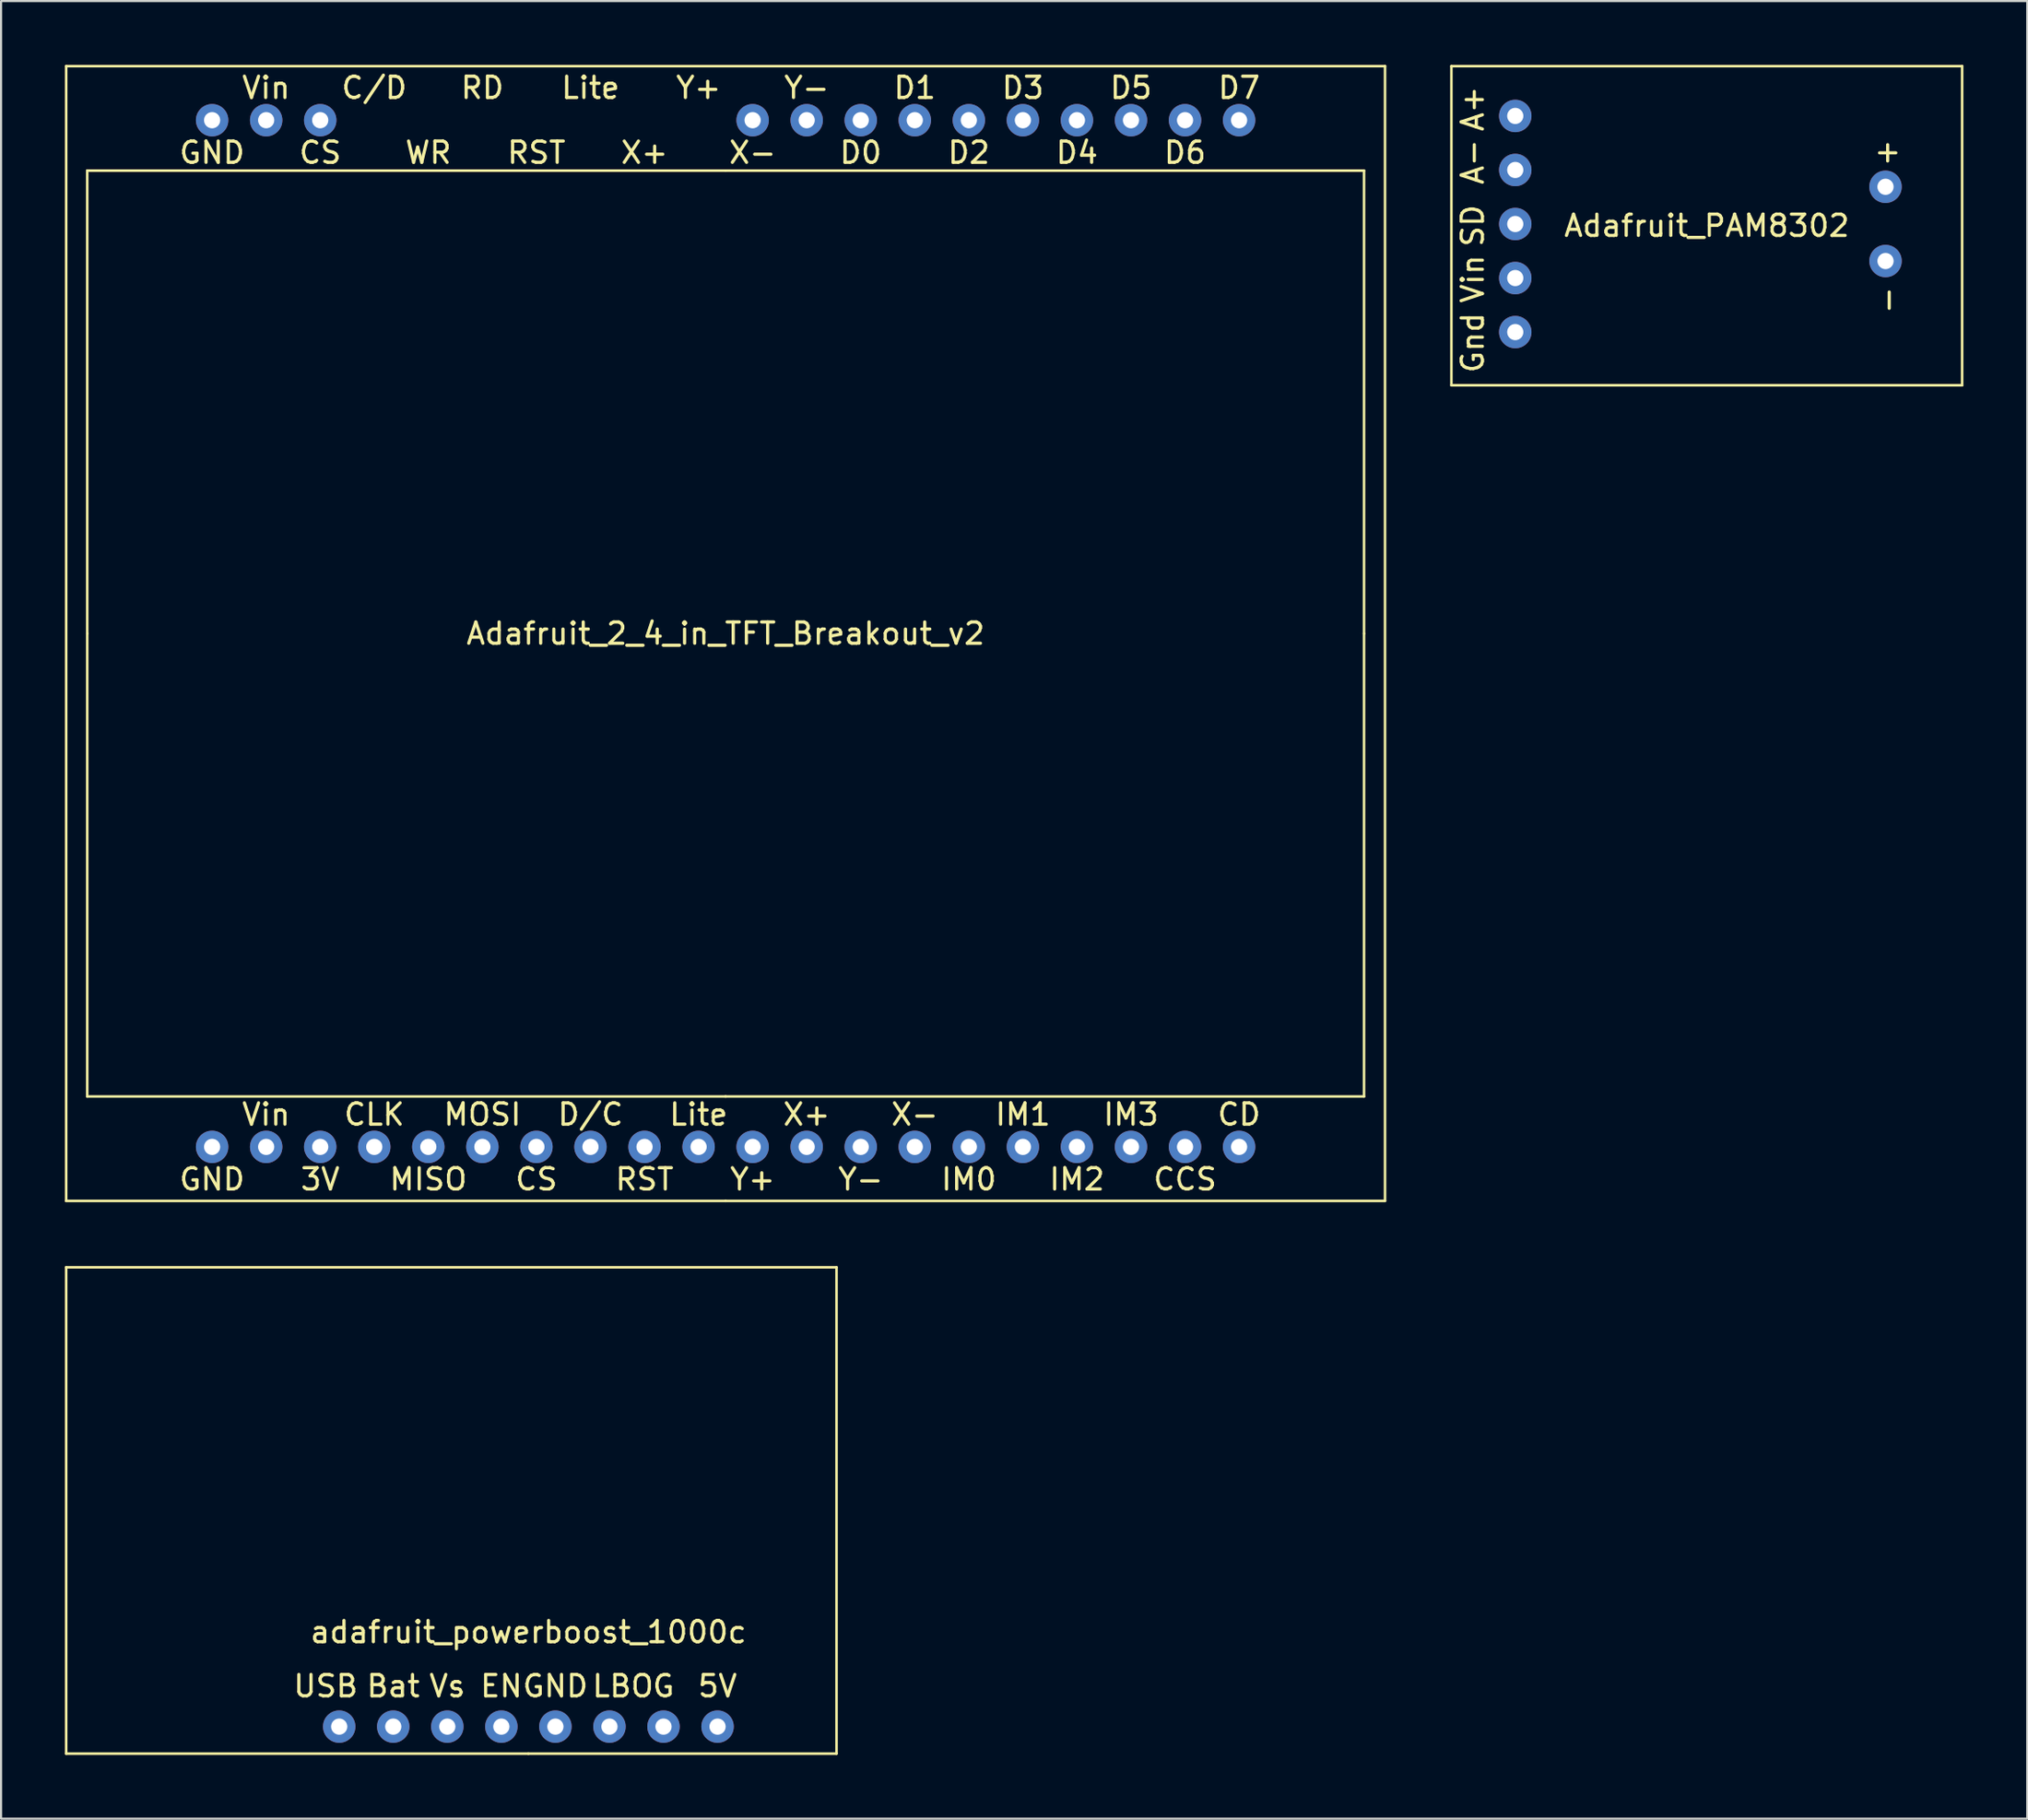
<source format=kicad_pcb>
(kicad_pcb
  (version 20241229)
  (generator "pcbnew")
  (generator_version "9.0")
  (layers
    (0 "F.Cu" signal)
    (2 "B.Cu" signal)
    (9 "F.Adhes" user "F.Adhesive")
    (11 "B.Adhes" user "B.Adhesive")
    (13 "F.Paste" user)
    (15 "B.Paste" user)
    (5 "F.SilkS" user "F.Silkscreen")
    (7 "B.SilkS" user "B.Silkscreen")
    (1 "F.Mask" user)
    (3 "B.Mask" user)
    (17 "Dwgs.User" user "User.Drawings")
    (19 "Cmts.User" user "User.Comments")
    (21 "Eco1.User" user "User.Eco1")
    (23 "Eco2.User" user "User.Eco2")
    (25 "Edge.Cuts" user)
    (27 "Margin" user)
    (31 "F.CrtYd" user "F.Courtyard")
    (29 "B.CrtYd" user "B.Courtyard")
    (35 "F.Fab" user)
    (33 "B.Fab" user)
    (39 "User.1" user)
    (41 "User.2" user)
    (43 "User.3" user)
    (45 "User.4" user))
  (footprint "adafruit_powerboost_1000c"
    (layer "F.Cu")
    (at 21.78 78.11)
    (property "Reference" "adafruit_powerboost_1000c" (at 0 -4.445 0) (layer "F.SilkS") (effects (font (size 1 1) (thickness 0.15))))
    (attr through_hole)
    (fp_line (start -21.72 -21.59) (end 14.48 -21.59) (stroke (width 0.12) (type solid)) (layer "F.SilkS"))
    (fp_line (start -21.72 1.27) (end -21.72 -21.59) (stroke (width 0.12) (type solid)) (layer "F.SilkS"))
    (fp_line (start 0 1.27) (end -21.72 1.27) (stroke (width 0.12) (type solid)) (layer "F.SilkS"))
    (fp_line (start 14.48 -21.59) (end 14.48 1.27) (stroke (width 0.12) (type solid)) (layer "F.SilkS"))
    (fp_line (start 14.48 1.27) (end 0 1.27) (stroke (width 0.12) (type solid)) (layer "F.SilkS"))
    (fp_text user "EN" (at -1.27 -1.905 0) (layer "F.SilkS") (effects (font (size 1 1) (thickness 0.15))))
    (fp_text user "G" (at 6.35 -1.905 0) (layer "F.SilkS") (effects (font (size 1 1) (thickness 0.15))))
    (fp_text user "5V" (at 8.89 -1.905 0) (layer "F.SilkS") (effects (font (size 1 1) (thickness 0.15))))
    (fp_text user "LBO" (at 4.445 -1.905 0) (layer "F.SilkS") (effects (font (size 1 1) (thickness 0.15))))
    (fp_text user "Bat" (at -6.35 -1.905 0) (layer "F.SilkS") (effects (font (size 1 1) (thickness 0.15))))
    (fp_text user "GND" (at 1.27 -1.905 0) (layer "F.SilkS") (effects (font (size 1 1) (thickness 0.15))))
    (fp_text user "Vs" (at -3.81 -1.905 0) (layer "F.SilkS") (effects (font (size 1 1) (thickness 0.15))))
    (fp_text user "USB" (at -9.525 -1.905 0) (layer "F.SilkS") (effects (font (size 1 1) (thickness 0.15))))
    (pad "1" thru_hole circle (at -8.89 0) (size 1.524 1.524) (drill 0.762) (layers "*.Cu" "*.Mask"))
    (pad "2" thru_hole circle (at -6.35 0) (size 1.524 1.524) (drill 0.762) (layers "*.Cu" "*.Mask"))
    (pad "3" thru_hole circle (at -3.81 0) (size 1.524 1.524) (drill 0.762) (layers "*.Cu" "*.Mask"))
    (pad "4" thru_hole circle (at -1.27 0) (size 1.524 1.524) (drill 0.762) (layers "*.Cu" "*.Mask"))
    (pad "5" thru_hole circle (at 1.27 0) (size 1.524 1.524) (drill 0.762) (layers "*.Cu" "*.Mask"))
    (pad "6" thru_hole circle (at 3.81 0) (size 1.524 1.524) (drill 0.762) (layers "*.Cu" "*.Mask"))
    (pad "7" thru_hole circle (at 6.35 0) (size 1.524 1.524) (drill 0.762) (layers "*.Cu" "*.Mask"))
    (pad "8" thru_hole circle (at 8.89 0) (size 1.524 1.524) (drill 0.762) (layers "*.Cu" "*.Mask")))
  (footprint "Adafruit_PAM8302"
    (layer "F.Cu")
    (at 77.156 7.56)
    (property "Reference" "Adafruit_PAM8302" (at 0 0 0) (layer "F.SilkS") (effects (font (size 1 1) (thickness 0.15))))
    (attr through_hole)
    (fp_line (start -12 -7.5) (end 12 -7.5) (stroke (width 0.12) (type solid)) (layer "F.SilkS"))
    (fp_line (start -12 7.5) (end -12 -7.5) (stroke (width 0.12) (type solid)) (layer "F.SilkS"))
    (fp_line (start 12 -7.5) (end 12 7.5) (stroke (width 0.12) (type solid)) (layer "F.SilkS"))
    (fp_line (start 12 7.5) (end -12 7.5) (stroke (width 0.12) (type solid)) (layer "F.SilkS"))
    (fp_text user "A-" (at -11 -3 90) (layer "F.SilkS") (effects (font (size 1 1) (thickness 0.15))))
    (fp_text user "SD" (at -11 0 270) (layer "F.SilkS") (effects (font (size 1 1) (thickness 0.15))))
    (fp_text user "A+" (at -11 -5.5 90) (layer "F.SilkS") (effects (font (size 1 1) (thickness 0.15))))
    (fp_text user "Gnd" (at -11 5.5 90) (layer "F.SilkS") (effects (font (size 1 1) (thickness 0.15))))
    (fp_text user "-" (at 8.5 3.5 90) (layer "F.SilkS") (effects (font (size 1 1) (thickness 0.15))))
    (fp_text user "Vin" (at -11 2.5 90) (layer "F.SilkS") (effects (font (size 1 1) (thickness 0.15))))
    (fp_text user "+" (at 8.5 -3.5 0) (layer "F.SilkS") (effects (font (size 1 1) (thickness 0.15))))
    (pad "1" thru_hole circle (at -9 5) (size 1.524 1.524) (drill 0.762) (layers "*.Cu" "*.Mask"))
    (pad "2" thru_hole circle (at -9 2.46) (size 1.524 1.524) (drill 0.762) (layers "*.Cu" "*.Mask"))
    (pad "3" thru_hole circle (at -9 -0.08) (size 1.524 1.524) (drill 0.762) (layers "*.Cu" "*.Mask"))
    (pad "4" thru_hole circle (at -9 -2.62) (size 1.524 1.524) (drill 0.762) (layers "*.Cu" "*.Mask"))
    (pad "5" thru_hole circle (at -9 -5.16) (size 1.524 1.524) (drill 0.762) (layers "*.Cu" "*.Mask"))
    (pad "6" thru_hole circle (at 8.399 -1.83) (size 1.524 1.524) (drill 0.762) (layers "*.Cu" "*.Mask"))
    (pad "7" thru_hole circle (at 8.4 1.66) (size 1.524 1.524) (drill 0.762) (layers "*.Cu" "*.Mask")))
  (footprint "Adafruit_2_4_in_TFT_Breakout_v2"
    (layer "F.Cu")
    (at 31.048 26.73)
    (property "Reference" "Adafruit_2_4_in_TFT_Breakout_v2" (at 0 0 0) (layer "F.SilkS") (effects (font (size 1 1) (thickness 0.15))))
    (attr through_hole)
    (fp_line (start -30.988 -26.67) (end 30.988 -26.67) (stroke (width 0.12) (type solid)) (layer "F.SilkS"))
    (fp_line (start -30.988 26.67) (end -30.988 -26.67) (stroke (width 0.12) (type solid)) (layer "F.SilkS"))
    (fp_line (start -30 -21.76) (end 0 -21.76) (stroke (width 0.12) (type solid)) (layer "F.SilkS"))
    (fp_line (start -30 0) (end -30 -21.76) (stroke (width 0.12) (type solid)) (layer "F.SilkS"))
    (fp_line (start -30 21.76) (end -30 0) (stroke (width 0.12) (type solid)) (layer "F.SilkS"))
    (fp_line (start -30 21.76) (end 0 21.76) (stroke (width 0.12) (type solid)) (layer "F.SilkS"))
    (fp_line (start 0 -21.76) (end 30 -21.76) (stroke (width 0.12) (type solid)) (layer "F.SilkS"))
    (fp_line (start 0 21.76) (end 30 21.76) (stroke (width 0.12) (type solid)) (layer "F.SilkS"))
    (fp_line (start 0 26.67) (end -30.988 26.67) (stroke (width 0.12) (type solid)) (layer "F.SilkS"))
    (fp_line (start 30 0) (end 30 -21.76) (stroke (width 0.12) (type solid)) (layer "F.SilkS"))
    (fp_line (start 30 21.76) (end 30 0) (stroke (width 0.12) (type solid)) (layer "F.SilkS"))
    (fp_line (start 30.988 26.67) (end 0 26.67) (stroke (width 0.12) (type solid)) (layer "F.SilkS"))
    (fp_line (start 30.988 26.67) (end 30.988 -26.67) (stroke (width 0.12) (type solid)) (layer "F.SilkS"))
    (fp_text user "Y+" (at -1.27 -25.654 0) (layer "F.SilkS") (effects (font (size 1 1) (thickness 0.15))))
    (fp_text user "D3" (at 13.97 -25.654 0) (layer "F.SilkS") (effects (font (size 1 1) (thickness 0.15))))
    (fp_text user "D4" (at 16.51 -22.606 0) (layer "F.SilkS") (effects (font (size 1 1) (thickness 0.15))))
    (fp_text user "Lite" (at -6.35 -25.654 0) (layer "F.SilkS") (effects (font (size 1 1) (thickness 0.15))))
    (fp_text user "CS" (at -8.89 25.654 0) (layer "F.SilkS") (effects (font (size 1 1) (thickness 0.15))))
    (fp_text user "CD" (at 24.13 22.606 0) (layer "F.SilkS") (effects (font (size 1 1) (thickness 0.15))))
    (fp_text user "IM3" (at 19.05 22.606 0) (layer "F.SilkS") (effects (font (size 1 1) (thickness 0.15))))
    (fp_text user "C/D" (at -16.51 -25.654 0) (layer "F.SilkS") (effects (font (size 1 1) (thickness 0.15))))
    (fp_text user "MOSI" (at -11.43 22.606 0) (layer "F.SilkS") (effects (font (size 1 1) (thickness 0.15))))
    (fp_text user "RST" (at -8.89 -22.606 0) (layer "F.SilkS") (effects (font (size 1 1) (thickness 0.15))))
    (fp_text user "D5" (at 19.05 -25.654 0) (layer "F.SilkS") (effects (font (size 1 1) (thickness 0.15))))
    (fp_text user "X-" (at 1.27 -22.606 0) (layer "F.SilkS") (effects (font (size 1 1) (thickness 0.15))))
    (fp_text user "Vin" (at -21.59 -25.654 0) (layer "F.SilkS") (effects (font (size 1 1) (thickness 0.15))))
    (fp_text user "IM0" (at 11.43 25.654 0) (layer "F.SilkS") (effects (font (size 1 1) (thickness 0.15))))
    (fp_text user "D2" (at 11.43 -22.606 0) (layer "F.SilkS") (effects (font (size 1 1) (thickness 0.15))))
    (fp_text user "D/C" (at -6.35 22.606 0) (layer "F.SilkS") (effects (font (size 1 1) (thickness 0.15))))
    (fp_text user "IM2" (at 16.51 25.654 0) (layer "F.SilkS") (effects (font (size 1 1) (thickness 0.15))))
    (fp_text user "X-" (at 8.89 22.606 0) (layer "F.SilkS") (effects (font (size 1 1) (thickness 0.15))))
    (fp_text user "Y-" (at 6.35 25.654 0) (layer "F.SilkS") (effects (font (size 1 1) (thickness 0.15))))
    (fp_text user "X+" (at -3.81 -22.606 0) (layer "F.SilkS") (effects (font (size 1 1) (thickness 0.15))))
    (fp_text user "GND" (at -24.13 25.654 0) (layer "F.SilkS") (effects (font (size 1 1) (thickness 0.15))))
    (fp_text user "X+" (at 3.81 22.606 0) (layer "F.SilkS") (effects (font (size 1 1) (thickness 0.15))))
    (fp_text user "CS" (at -19.05 -22.606 0) (layer "F.SilkS") (effects (font (size 1 1) (thickness 0.15))))
    (fp_text user "RD" (at -11.43 -25.654 0) (layer "F.SilkS") (effects (font (size 1 1) (thickness 0.15))))
    (fp_text user "D6" (at 21.59 -22.606 0) (layer "F.SilkS") (effects (font (size 1 1) (thickness 0.15))))
    (fp_text user "D0" (at 6.35 -22.606 0) (layer "F.SilkS") (effects (font (size 1 1) (thickness 0.15))))
    (fp_text user "Y+" (at 1.27 25.654 0) (layer "F.SilkS") (effects (font (size 1 1) (thickness 0.15))))
    (fp_text user "Vin" (at -21.59 22.606 0) (layer "F.SilkS") (effects (font (size 1 1) (thickness 0.15))))
    (fp_text user "D1" (at 8.89 -25.654 0) (layer "F.SilkS") (effects (font (size 1 1) (thickness 0.15))))
    (fp_text user "CCS" (at 21.59 25.654 0) (layer "F.SilkS") (effects (font (size 1 1) (thickness 0.15))))
    (fp_text user "Y-" (at 3.81 -25.654 0) (layer "F.SilkS") (effects (font (size 1 1) (thickness 0.15))))
    (fp_text user "D7" (at 24.13 -25.654 0) (layer "F.SilkS") (effects (font (size 1 1) (thickness 0.15))))
    (fp_text user "RST" (at -3.81 25.654 0) (layer "F.SilkS") (effects (font (size 1 1) (thickness 0.15))))
    (fp_text user "GND" (at -24.13 -22.606 0) (layer "F.SilkS") (effects (font (size 1 1) (thickness 0.15))))
    (fp_text user "WR" (at -13.97 -22.606 0) (layer "F.SilkS") (effects (font (size 1 1) (thickness 0.15))))
    (fp_text user "CLK" (at -16.51 22.606 0) (layer "F.SilkS") (effects (font (size 1 1) (thickness 0.15))))
    (fp_text user "MISO" (at -13.97 25.654 0) (layer "F.SilkS") (effects (font (size 1 1) (thickness 0.15))))
    (fp_text user "IM1" (at 13.97 22.606 0) (layer "F.SilkS") (effects (font (size 1 1) (thickness 0.15))))
    (fp_text user "Lite" (at -1.27 22.606 0) (layer "F.SilkS") (effects (font (size 1 1) (thickness 0.15))))
    (fp_text user "3V" (at -19.05 25.654 0) (layer "F.SilkS") (effects (font (size 1 1) (thickness 0.15))))
    (pad "1" thru_hole circle (at 24.13 -24.13) (size 1.524 1.524) (drill 0.762) (layers "*.Cu" "*.Mask"))
    (pad "2" thru_hole circle (at 21.59 -24.13) (size 1.524 1.524) (drill 0.762) (layers "*.Cu" "*.Mask"))
    (pad "3" thru_hole circle (at 19.05 -24.13) (size 1.524 1.524) (drill 0.762) (layers "*.Cu" "*.Mask"))
    (pad "4" thru_hole circle (at 16.51 -24.13) (size 1.524 1.524) (drill 0.762) (layers "*.Cu" "*.Mask"))
    (pad "5" thru_hole circle (at 13.97 -24.13) (size 1.524 1.524) (drill 0.762) (layers "*.Cu" "*.Mask"))
    (pad "6" thru_hole circle (at 11.43 -24.13) (size 1.524 1.524) (drill 0.762) (layers "*.Cu" "*.Mask"))
    (pad "7" thru_hole circle (at 8.89 -24.13) (size 1.524 1.524) (drill 0.762) (layers "*.Cu" "*.Mask"))
    (pad "8" thru_hole circle (at 6.35 -24.13) (size 1.524 1.524) (drill 0.762) (layers "*.Cu" "*.Mask"))
    (pad "9" thru_hole circle (at 3.81 -24.13) (size 1.524 1.524) (drill 0.762) (layers "*.Cu" "*.Mask"))
    (pad "10" thru_hole circle (at 1.27 -24.13) (size 1.524 1.524) (drill 0.762) (layers "*.Cu" "*.Mask"))
    (pad "18" thru_hole circle (at -19.05 -24.13) (size 1.524 1.524) (drill 0.762) (layers "*.Cu" "*.Mask"))
    (pad "19" thru_hole circle (at -21.59 -24.13) (size 1.524 1.524) (drill 0.762) (layers "*.Cu" "*.Mask"))
    (pad "20" thru_hole circle (at -24.13 -24.13) (size 1.524 1.524) (drill 0.762) (layers "*.Cu" "*.Mask"))
    (pad "21" thru_hole circle (at -24.13 24.13) (size 1.524 1.524) (drill 0.762) (layers "*.Cu" "*.Mask"))
    (pad "22" thru_hole circle (at -21.59 24.13) (size 1.524 1.524) (drill 0.762) (layers "*.Cu" "*.Mask"))
    (pad "23" thru_hole circle (at -19.05 24.13) (size 1.524 1.524) (drill 0.762) (layers "*.Cu" "*.Mask"))
    (pad "24" thru_hole circle (at -16.51 24.13) (size 1.524 1.524) (drill 0.762) (layers "*.Cu" "*.Mask"))
    (pad "25" thru_hole circle (at -13.97 24.13) (size 1.524 1.524) (drill 0.762) (layers "*.Cu" "*.Mask"))
    (pad "26" thru_hole circle (at -11.43 24.13) (size 1.524 1.524) (drill 0.762) (layers "*.Cu" "*.Mask"))
    (pad "27" thru_hole circle (at -8.89 24.13) (size 1.524 1.524) (drill 0.762) (layers "*.Cu" "*.Mask"))
    (pad "28" thru_hole circle (at -6.35 24.13) (size 1.524 1.524) (drill 0.762) (layers "*.Cu" "*.Mask"))
    (pad "29" thru_hole circle (at -3.81 24.13) (size 1.524 1.524) (drill 0.762) (layers "*.Cu" "*.Mask"))
    (pad "30" thru_hole circle (at -1.27 24.13) (size 1.524 1.524) (drill 0.762) (layers "*.Cu" "*.Mask"))
    (pad "31" thru_hole circle (at 1.27 24.13) (size 1.524 1.524) (drill 0.762) (layers "*.Cu" "*.Mask"))
    (pad "32" thru_hole circle (at 3.81 24.13) (size 1.524 1.524) (drill 0.762) (layers "*.Cu" "*.Mask"))
    (pad "33" thru_hole circle (at 6.35 24.13) (size 1.524 1.524) (drill 0.762) (layers "*.Cu" "*.Mask"))
    (pad "34" thru_hole circle (at 8.89 24.13) (size 1.524 1.524) (drill 0.762) (layers "*.Cu" "*.Mask"))
    (pad "35" thru_hole circle (at 11.43 24.13) (size 1.524 1.524) (drill 0.762) (layers "*.Cu" "*.Mask"))
    (pad "36" thru_hole circle (at 13.97 24.13) (size 1.524 1.524) (drill 0.762) (layers "*.Cu" "*.Mask"))
    (pad "37" thru_hole circle (at 16.51 24.13) (size 1.524 1.524) (drill 0.762) (layers "*.Cu" "*.Mask"))
    (pad "38" thru_hole circle (at 19.05 24.13) (size 1.524 1.524) (drill 0.762) (layers "*.Cu" "*.Mask"))
    (pad "39" thru_hole circle (at 21.59 24.13) (size 1.524 1.524) (drill 0.762) (layers "*.Cu" "*.Mask"))
    (pad "40" thru_hole circle (at 24.13 24.13) (size 1.524 1.524) (drill 0.762) (layers "*.Cu" "*.Mask")))
  (gr_rect
    (start -3 -3)
    (end 92.216 82.44)
    (stroke (width 0.1) (type default))
    (fill no)
    (layer "Edge.Cuts")))
</source>
